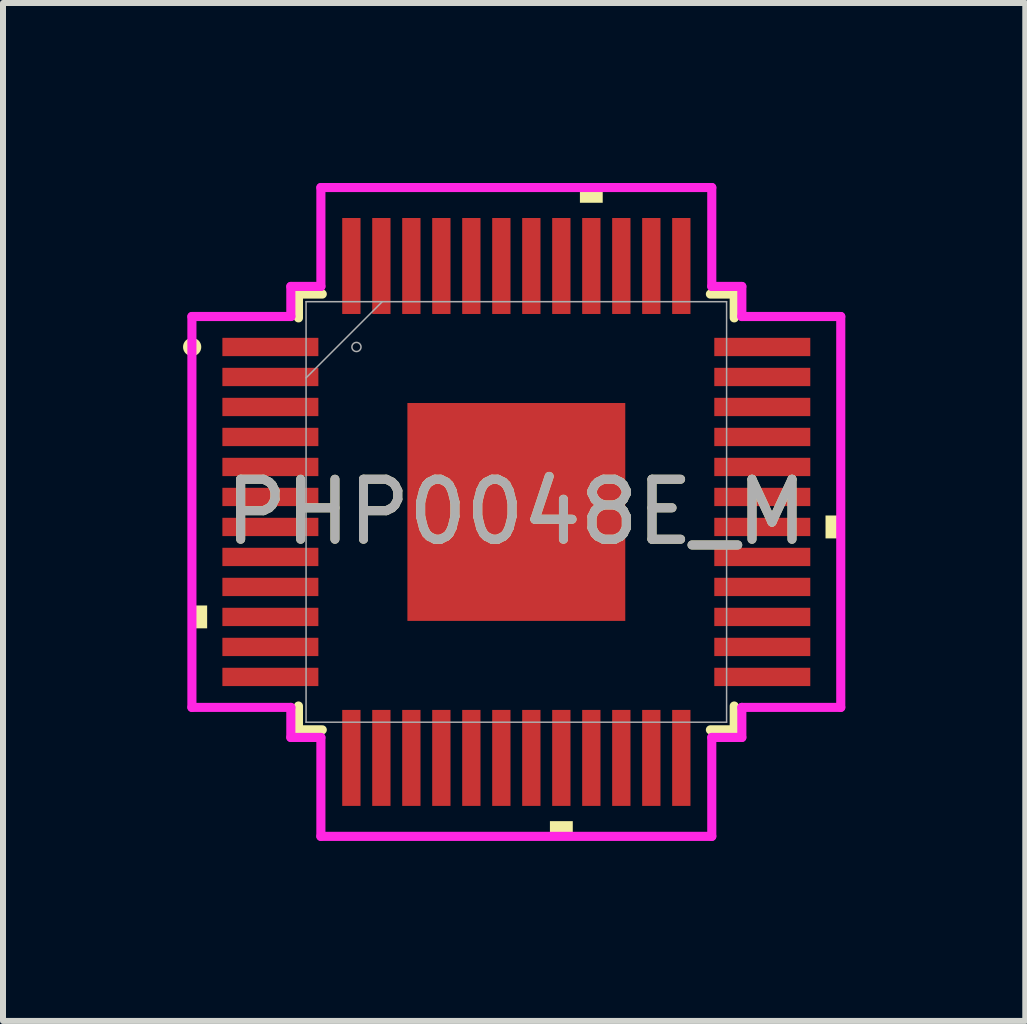
<source format=kicad_pcb>
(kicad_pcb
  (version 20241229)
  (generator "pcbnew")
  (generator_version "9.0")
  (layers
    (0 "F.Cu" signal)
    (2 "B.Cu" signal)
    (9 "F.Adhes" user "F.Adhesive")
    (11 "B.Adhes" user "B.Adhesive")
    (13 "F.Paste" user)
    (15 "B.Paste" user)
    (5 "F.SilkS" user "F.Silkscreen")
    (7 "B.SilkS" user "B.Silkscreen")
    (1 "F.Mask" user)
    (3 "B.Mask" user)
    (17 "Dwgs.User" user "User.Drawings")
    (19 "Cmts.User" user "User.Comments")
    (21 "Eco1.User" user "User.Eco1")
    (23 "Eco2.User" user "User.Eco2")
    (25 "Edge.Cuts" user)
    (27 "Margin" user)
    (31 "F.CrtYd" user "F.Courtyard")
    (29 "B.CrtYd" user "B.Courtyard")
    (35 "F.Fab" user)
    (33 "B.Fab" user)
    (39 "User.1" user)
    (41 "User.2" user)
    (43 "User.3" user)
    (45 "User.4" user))
  (footprint "PHP0048E_M"
    (layer "F.Cu")
    (at 5.557 5.484)
    (property "Reference" "PHP0048E_M" (at 0 0 0) (unlocked yes) (layer "F.SilkS") (effects (font (size 1 1) (thickness 0.15))))
    (attr smd)
    (fp_poly (pts (xy -1.88 -1.88) (xy -1.381 -1.88) (xy -1.381 1.88) (xy -1.88 1.88)) (stroke (width 0) (type solid)) (fill yes) (layer "F.Mask"))
    (fp_poly (pts (xy -1.88 -1.88) (xy 1.88 -1.88) (xy 1.88 -1.381) (xy -1.88 -1.381)) (stroke (width 0) (type solid)) (fill yes) (layer "F.Mask"))
    (fp_poly (pts (xy -1.88 -0.981) (xy 1.88 -0.981) (xy 1.88 -0.594) (xy -1.88 -0.594)) (stroke (width 0) (type solid)) (fill yes) (layer "F.Mask"))
    (fp_poly (pts (xy -1.88 -0.194) (xy 1.88 -0.194) (xy 1.88 0.194) (xy -1.88 0.194)) (stroke (width 0) (type solid)) (fill yes) (layer "F.Mask"))
    (fp_poly (pts (xy -1.88 0.594) (xy 1.88 0.594) (xy 1.88 0.981) (xy -1.88 0.981)) (stroke (width 0) (type solid)) (fill yes) (layer "F.Mask"))
    (fp_poly (pts (xy -1.88 1.381) (xy 1.88 1.381) (xy 1.88 1.88) (xy -1.88 1.88)) (stroke (width 0) (type solid)) (fill yes) (layer "F.Mask"))
    (fp_poly (pts (xy -0.594 -1.88) (xy -0.981 -1.88) (xy -0.981 1.88) (xy -0.594 1.88)) (stroke (width 0) (type solid)) (fill yes) (layer "F.Mask"))
    (fp_poly (pts (xy 0.194 -1.88) (xy -0.194 -1.88) (xy -0.194 1.88) (xy 0.194 1.88)) (stroke (width 0) (type solid)) (fill yes) (layer "F.Mask"))
    (fp_poly (pts (xy 0.981 -1.88) (xy 0.594 -1.88) (xy 0.594 1.88) (xy 0.981 1.88)) (stroke (width 0) (type solid)) (fill yes) (layer "F.Mask"))
    (fp_poly (pts (xy 1.381 -1.88) (xy 1.88 -1.88) (xy 1.88 1.88) (xy 1.381 1.88)) (stroke (width 0) (type solid)) (fill yes) (layer "F.Mask"))
    (fp_line (start -3.632 -3.632) (end -3.632 -3.235) (stroke (width 0.152) (type solid)) (layer "F.SilkS"))
    (fp_line (start -3.632 3.235) (end -3.632 3.632) (stroke (width 0.152) (type solid)) (layer "F.SilkS"))
    (fp_line (start -3.632 3.632) (end -3.235 3.632) (stroke (width 0.152) (type solid)) (layer "F.SilkS"))
    (fp_line (start -3.235 -3.632) (end -3.632 -3.632) (stroke (width 0.152) (type solid)) (layer "F.SilkS"))
    (fp_line (start 3.235 3.632) (end 3.632 3.632) (stroke (width 0.152) (type solid)) (layer "F.SilkS"))
    (fp_line (start 3.632 -3.632) (end 3.235 -3.632) (stroke (width 0.152) (type solid)) (layer "F.SilkS"))
    (fp_line (start 3.632 -3.235) (end 3.632 -3.632) (stroke (width 0.152) (type solid)) (layer "F.SilkS"))
    (fp_line (start 3.632 3.632) (end 3.632 3.235) (stroke (width 0.152) (type solid)) (layer "F.SilkS"))
    (fp_circle (center -5.404 -2.75) (end -5.328 -2.75) (stroke (width 0.152) (type solid)) (fill no) (layer "F.SilkS"))
    (fp_poly (pts (xy -5.408 1.559) (xy -5.408 1.94) (xy -5.154 1.94) (xy -5.154 1.559)) (stroke (width 0) (type solid)) (fill yes) (layer "F.SilkS"))
    (fp_poly (pts (xy 0.56 5.154) (xy 0.56 5.408) (xy 0.941 5.408) (xy 0.941 5.154)) (stroke (width 0) (type solid)) (fill yes) (layer "F.SilkS"))
    (fp_poly (pts (xy 1.06 -5.154) (xy 1.06 -5.408) (xy 1.44 -5.408) (xy 1.44 -5.154)) (stroke (width 0) (type solid)) (fill yes) (layer "F.SilkS"))
    (fp_poly (pts (xy 5.408 0.059) (xy 5.408 0.441) (xy 5.154 0.441) (xy 5.154 0.059)) (stroke (width 0) (type solid)) (fill yes) (layer "F.SilkS"))
    (fp_poly (pts (xy -1.741 -1.741) (xy -1.741 -1.281) (xy -1.423 -1.281) (xy -1.281 -1.423) (xy -1.281 -1.741)) (stroke (width 0) (type solid)) (fill yes) (layer "F.Paste"))
    (fp_poly (pts (xy -1.741 1.281) (xy -1.741 1.741) (xy -1.281 1.741) (xy -1.281 1.423) (xy -1.423 1.281)) (stroke (width 0) (type solid)) (fill yes) (layer "F.Paste"))
    (fp_poly (pts (xy 1.281 -1.741) (xy 1.281 -1.423) (xy 1.423 -1.281) (xy 1.741 -1.281) (xy 1.741 -1.741)) (stroke (width 0) (type solid)) (fill yes) (layer "F.Paste"))
    (fp_poly (pts (xy 1.423 1.281) (xy 1.281 1.423) (xy 1.281 1.741) (xy 1.741 1.741) (xy 1.741 1.281)) (stroke (width 0) (type solid)) (fill yes) (layer "F.Paste"))
    (fp_poly (pts (xy -1.741 -1.081) (xy -1.741 -0.494) (xy -1.423 -0.494) (xy -1.281 -0.635) (xy -1.281 -0.94) (xy -1.423 -1.081)) (stroke (width 0) (type solid)) (fill yes) (layer "F.Paste"))
    (fp_poly (pts (xy -1.741 -0.294) (xy -1.741 0.294) (xy -1.423 0.294) (xy -1.281 0.152) (xy -1.281 -0.152) (xy -1.423 -0.294)) (stroke (width 0) (type solid)) (fill yes) (layer "F.Paste"))
    (fp_poly (pts (xy -1.741 0.494) (xy -1.741 1.081) (xy -1.423 1.081) (xy -1.281 0.94) (xy -1.281 0.635) (xy -1.423 0.494)) (stroke (width 0) (type solid)) (fill yes) (layer "F.Paste"))
    (fp_poly (pts (xy -1.081 -1.741) (xy -1.081 -1.423) (xy -0.94 -1.281) (xy -0.635 -1.281) (xy -0.494 -1.423) (xy -0.494 -1.741)) (stroke (width 0) (type solid)) (fill yes) (layer "F.Paste"))
    (fp_poly (pts (xy -0.94 1.281) (xy -1.081 1.423) (xy -1.081 1.741) (xy -0.494 1.741) (xy -0.494 1.423) (xy -0.635 1.281)) (stroke (width 0) (type solid)) (fill yes) (layer "F.Paste"))
    (fp_poly (pts (xy -0.294 -1.741) (xy -0.294 -1.423) (xy -0.152 -1.281) (xy 0.152 -1.281) (xy 0.294 -1.423) (xy 0.294 -1.741)) (stroke (width 0) (type solid)) (fill yes) (layer "F.Paste"))
    (fp_poly (pts (xy -0.152 1.281) (xy -0.294 1.423) (xy -0.294 1.741) (xy 0.294 1.741) (xy 0.294 1.423) (xy 0.152 1.281)) (stroke (width 0) (type solid)) (fill yes) (layer "F.Paste"))
    (fp_poly (pts (xy 0.494 -1.741) (xy 0.494 -1.423) (xy 0.635 -1.281) (xy 0.94 -1.281) (xy 1.081 -1.423) (xy 1.081 -1.741)) (stroke (width 0) (type solid)) (fill yes) (layer "F.Paste"))
    (fp_poly (pts (xy 0.635 1.281) (xy 0.494 1.423) (xy 0.494 1.741) (xy 1.081 1.741) (xy 1.081 1.423) (xy 0.94 1.281)) (stroke (width 0) (type solid)) (fill yes) (layer "F.Paste"))
    (fp_poly (pts (xy 1.423 -1.081) (xy 1.281 -0.94) (xy 1.281 -0.635) (xy 1.423 -0.494) (xy 1.741 -0.494) (xy 1.741 -1.081)) (stroke (width 0) (type solid)) (fill yes) (layer "F.Paste"))
    (fp_poly (pts (xy 1.423 -0.294) (xy 1.281 -0.152) (xy 1.281 0.152) (xy 1.423 0.294) (xy 1.741 0.294) (xy 1.741 -0.294)) (stroke (width 0) (type solid)) (fill yes) (layer "F.Paste"))
    (fp_poly (pts (xy 1.423 0.494) (xy 1.281 0.635) (xy 1.281 0.94) (xy 1.423 1.081) (xy 1.741 1.081) (xy 1.741 0.494)) (stroke (width 0) (type solid)) (fill yes) (layer "F.Paste"))
    (fp_poly (pts (xy -0.94 -1.081) (xy -1.081 -0.94) (xy -1.081 -0.635) (xy -0.94 -0.494) (xy -0.635 -0.494) (xy -0.494 -0.635) (xy -0.494 -0.94) (xy -0.635 -1.081)) (stroke (width 0) (type solid)) (fill yes) (layer "F.Paste"))
    (fp_poly (pts (xy -0.94 -0.294) (xy -1.081 -0.152) (xy -1.081 0.152) (xy -0.94 0.294) (xy -0.635 0.294) (xy -0.494 0.152) (xy -0.494 -0.152) (xy -0.635 -0.294)) (stroke (width 0) (type solid)) (fill yes) (layer "F.Paste"))
    (fp_poly (pts (xy -0.94 0.494) (xy -1.081 0.635) (xy -1.081 0.94) (xy -0.94 1.081) (xy -0.635 1.081) (xy -0.494 0.94) (xy -0.494 0.635) (xy -0.635 0.494)) (stroke (width 0) (type solid)) (fill yes) (layer "F.Paste"))
    (fp_poly (pts (xy -0.152 -1.081) (xy -0.294 -0.94) (xy -0.294 -0.635) (xy -0.152 -0.494) (xy 0.152 -0.494) (xy 0.294 -0.635) (xy 0.294 -0.94) (xy 0.152 -1.081)) (stroke (width 0) (type solid)) (fill yes) (layer "F.Paste"))
    (fp_poly (pts (xy -0.152 -0.294) (xy -0.294 -0.152) (xy -0.294 0.152) (xy -0.152 0.294) (xy 0.152 0.294) (xy 0.294 0.152) (xy 0.294 -0.152) (xy 0.152 -0.294)) (stroke (width 0) (type solid)) (fill yes) (layer "F.Paste"))
    (fp_poly (pts (xy -0.152 0.494) (xy -0.294 0.635) (xy -0.294 0.94) (xy -0.152 1.081) (xy 0.152 1.081) (xy 0.294 0.94) (xy 0.294 0.635) (xy 0.152 0.494)) (stroke (width 0) (type solid)) (fill yes) (layer "F.Paste"))
    (fp_poly (pts (xy 0.635 -1.081) (xy 0.494 -0.94) (xy 0.494 -0.635) (xy 0.635 -0.494) (xy 0.94 -0.494) (xy 1.081 -0.635) (xy 1.081 -0.94) (xy 0.94 -1.081)) (stroke (width 0) (type solid)) (fill yes) (layer "F.Paste"))
    (fp_poly (pts (xy 0.635 -0.294) (xy 0.494 -0.152) (xy 0.494 0.152) (xy 0.635 0.294) (xy 0.94 0.294) (xy 1.081 0.152) (xy 1.081 -0.152) (xy 0.94 -0.294)) (stroke (width 0) (type solid)) (fill yes) (layer "F.Paste"))
    (fp_poly (pts (xy 0.635 0.494) (xy 0.494 0.635) (xy 0.494 0.94) (xy 0.635 1.081) (xy 0.94 1.081) (xy 1.081 0.94) (xy 1.081 0.635) (xy 0.94 0.494)) (stroke (width 0) (type solid)) (fill yes) (layer "F.Paste"))
    (fp_circle (center -1 -1.001) (end -0.835 -1.001) (stroke (width 0.025) (type solid)) (fill no) (layer "Eco1.User"))
    (fp_circle (center -1 0) (end -0.835 0) (stroke (width 0.025) (type solid)) (fill no) (layer "Eco1.User"))
    (fp_circle (center -1 1) (end -0.835 1) (stroke (width 0.025) (type solid)) (fill no) (layer "Eco1.User"))
    (fp_circle (center 0 -1.001) (end 0.165 -1.001) (stroke (width 0.025) (type solid)) (fill no) (layer "Eco1.User"))
    (fp_circle (center 0 0) (end 0.165 0) (stroke (width 0.025) (type solid)) (fill no) (layer "Eco1.User"))
    (fp_circle (center 0 1) (end 0.165 1) (stroke (width 0.025) (type solid)) (fill no) (layer "Eco1.User"))
    (fp_circle (center 1.001 -1.001) (end 1.166 -1.001) (stroke (width 0.025) (type solid)) (fill no) (layer "Eco1.User"))
    (fp_circle (center 1.001 0) (end 1.166 0) (stroke (width 0.025) (type solid)) (fill no) (layer "Eco1.User"))
    (fp_circle (center 1.001 1) (end 1.166 1) (stroke (width 0.025) (type solid)) (fill no) (layer "Eco1.User"))
    (fp_line (start -5.408 -3.258) (end -3.759 -3.258) (stroke (width 0.152) (type solid)) (layer "F.CrtYd"))
    (fp_line (start -5.408 3.258) (end -5.408 -3.258) (stroke (width 0.152) (type solid)) (layer "F.CrtYd"))
    (fp_line (start -3.759 -3.759) (end -3.258 -3.759) (stroke (width 0.152) (type solid)) (layer "F.CrtYd"))
    (fp_line (start -3.759 -3.258) (end -3.759 -3.759) (stroke (width 0.152) (type solid)) (layer "F.CrtYd"))
    (fp_line (start -3.759 3.258) (end -5.408 3.258) (stroke (width 0.152) (type solid)) (layer "F.CrtYd"))
    (fp_line (start -3.759 3.759) (end -3.759 3.258) (stroke (width 0.152) (type solid)) (layer "F.CrtYd"))
    (fp_line (start -3.258 -5.408) (end 3.258 -5.408) (stroke (width 0.152) (type solid)) (layer "F.CrtYd"))
    (fp_line (start -3.258 -3.759) (end -3.258 -5.408) (stroke (width 0.152) (type solid)) (layer "F.CrtYd"))
    (fp_line (start -3.258 3.759) (end -3.759 3.759) (stroke (width 0.152) (type solid)) (layer "F.CrtYd"))
    (fp_line (start -3.258 5.408) (end -3.258 3.759) (stroke (width 0.152) (type solid)) (layer "F.CrtYd"))
    (fp_line (start 3.258 -5.408) (end 3.258 -3.759) (stroke (width 0.152) (type solid)) (layer "F.CrtYd"))
    (fp_line (start 3.258 -3.759) (end 3.759 -3.759) (stroke (width 0.152) (type solid)) (layer "F.CrtYd"))
    (fp_line (start 3.258 3.759) (end 3.258 5.408) (stroke (width 0.152) (type solid)) (layer "F.CrtYd"))
    (fp_line (start 3.258 5.408) (end -3.258 5.408) (stroke (width 0.152) (type solid)) (layer "F.CrtYd"))
    (fp_line (start 3.759 -3.759) (end 3.759 -3.258) (stroke (width 0.152) (type solid)) (layer "F.CrtYd"))
    (fp_line (start 3.759 -3.258) (end 5.408 -3.258) (stroke (width 0.152) (type solid)) (layer "F.CrtYd"))
    (fp_line (start 3.759 3.258) (end 3.759 3.759) (stroke (width 0.152) (type solid)) (layer "F.CrtYd"))
    (fp_line (start 3.759 3.759) (end 3.258 3.759) (stroke (width 0.152) (type solid)) (layer "F.CrtYd"))
    (fp_line (start 5.408 -3.258) (end 5.408 3.258) (stroke (width 0.152) (type solid)) (layer "F.CrtYd"))
    (fp_line (start 5.408 3.258) (end 3.759 3.258) (stroke (width 0.152) (type solid)) (layer "F.CrtYd"))
    (fp_line (start -3.505 -3.505) (end -3.505 3.505) (stroke (width 0.025) (type solid)) (layer "F.Fab"))
    (fp_line (start -3.505 -2.235) (end -2.235 -3.505) (stroke (width 0.025) (type solid)) (layer "F.Fab"))
    (fp_line (start -3.505 3.505) (end 3.505 3.505) (stroke (width 0.025) (type solid)) (layer "F.Fab"))
    (fp_line (start 3.505 -3.505) (end -3.505 -3.505) (stroke (width 0.025) (type solid)) (layer "F.Fab"))
    (fp_line (start 3.505 3.505) (end 3.505 -3.505) (stroke (width 0.025) (type solid)) (layer "F.Fab"))
    (fp_circle (center -2.665 -2.75) (end -2.589 -2.75) (stroke (width 0.025) (type solid)) (fill no) (layer "F.Fab"))
    (fp_text user "${REFERENCE}" (at 0 0 0) (unlocked yes) (layer "F.Fab") (effects (font (size 1 1) (thickness 0.15))))
    (pad "1" smd rect (at -4.1 -2.75) (size 1.6 0.305) (layers "F.Cu" "F.Mask" "F.Paste"))
    (pad "2" smd rect (at -4.1 -2.25) (size 1.6 0.305) (layers "F.Cu" "F.Mask" "F.Paste"))
    (pad "3" smd rect (at -4.1 -1.75) (size 1.6 0.305) (layers "F.Cu" "F.Mask" "F.Paste"))
    (pad "4" smd rect (at -4.1 -1.25) (size 1.6 0.305) (layers "F.Cu" "F.Mask" "F.Paste"))
    (pad "5" smd rect (at -4.1 -0.75) (size 1.6 0.305) (layers "F.Cu" "F.Mask" "F.Paste"))
    (pad "6" smd rect (at -4.1 -0.25) (size 1.6 0.305) (layers "F.Cu" "F.Mask" "F.Paste"))
    (pad "7" smd rect (at -4.1 0.25) (size 1.6 0.305) (layers "F.Cu" "F.Mask" "F.Paste"))
    (pad "8" smd rect (at -4.1 0.75) (size 1.6 0.305) (layers "F.Cu" "F.Mask" "F.Paste"))
    (pad "9" smd rect (at -4.1 1.25) (size 1.6 0.305) (layers "F.Cu" "F.Mask" "F.Paste"))
    (pad "10" smd rect (at -4.1 1.75) (size 1.6 0.305) (layers "F.Cu" "F.Mask" "F.Paste"))
    (pad "11" smd rect (at -4.1 2.25) (size 1.6 0.305) (layers "F.Cu" "F.Mask" "F.Paste"))
    (pad "12" smd rect (at -4.1 2.75) (size 1.6 0.305) (layers "F.Cu" "F.Mask" "F.Paste"))
    (pad "13" smd rect (at -2.75 4.1 90) (size 1.6 0.305) (layers "F.Cu" "F.Mask" "F.Paste"))
    (pad "14" smd rect (at -2.25 4.1 90) (size 1.6 0.305) (layers "F.Cu" "F.Mask" "F.Paste"))
    (pad "15" smd rect (at -1.75 4.1 90) (size 1.6 0.305) (layers "F.Cu" "F.Mask" "F.Paste"))
    (pad "16" smd rect (at -1.25 4.1 90) (size 1.6 0.305) (layers "F.Cu" "F.Mask" "F.Paste"))
    (pad "17" smd rect (at -0.75 4.1 90) (size 1.6 0.305) (layers "F.Cu" "F.Mask" "F.Paste"))
    (pad "18" smd rect (at -0.25 4.1 90) (size 1.6 0.305) (layers "F.Cu" "F.Mask" "F.Paste"))
    (pad "19" smd rect (at 0.25 4.1 90) (size 1.6 0.305) (layers "F.Cu" "F.Mask" "F.Paste"))
    (pad "20" smd rect (at 0.75 4.1 90) (size 1.6 0.305) (layers "F.Cu" "F.Mask" "F.Paste"))
    (pad "21" smd rect (at 1.25 4.1 90) (size 1.6 0.305) (layers "F.Cu" "F.Mask" "F.Paste"))
    (pad "22" smd rect (at 1.75 4.1 90) (size 1.6 0.305) (layers "F.Cu" "F.Mask" "F.Paste"))
    (pad "23" smd rect (at 2.25 4.1 90) (size 1.6 0.305) (layers "F.Cu" "F.Mask" "F.Paste"))
    (pad "24" smd rect (at 2.75 4.1 90) (size 1.6 0.305) (layers "F.Cu" "F.Mask" "F.Paste"))
    (pad "25" smd rect (at 4.1 2.75) (size 1.6 0.305) (layers "F.Cu" "F.Mask" "F.Paste"))
    (pad "26" smd rect (at 4.1 2.25) (size 1.6 0.305) (layers "F.Cu" "F.Mask" "F.Paste"))
    (pad "27" smd rect (at 4.1 1.75) (size 1.6 0.305) (layers "F.Cu" "F.Mask" "F.Paste"))
    (pad "28" smd rect (at 4.1 1.25) (size 1.6 0.305) (layers "F.Cu" "F.Mask" "F.Paste"))
    (pad "29" smd rect (at 4.1 0.75) (size 1.6 0.305) (layers "F.Cu" "F.Mask" "F.Paste"))
    (pad "30" smd rect (at 4.1 0.25) (size 1.6 0.305) (layers "F.Cu" "F.Mask" "F.Paste"))
    (pad "31" smd rect (at 4.1 -0.25) (size 1.6 0.305) (layers "F.Cu" "F.Mask" "F.Paste"))
    (pad "32" smd rect (at 4.1 -0.75) (size 1.6 0.305) (layers "F.Cu" "F.Mask" "F.Paste"))
    (pad "33" smd rect (at 4.1 -1.25) (size 1.6 0.305) (layers "F.Cu" "F.Mask" "F.Paste"))
    (pad "34" smd rect (at 4.1 -1.75) (size 1.6 0.305) (layers "F.Cu" "F.Mask" "F.Paste"))
    (pad "35" smd rect (at 4.1 -2.25) (size 1.6 0.305) (layers "F.Cu" "F.Mask" "F.Paste"))
    (pad "36" smd rect (at 4.1 -2.75) (size 1.6 0.305) (layers "F.Cu" "F.Mask" "F.Paste"))
    (pad "37" smd rect (at 2.75 -4.1 90) (size 1.6 0.305) (layers "F.Cu" "F.Mask" "F.Paste"))
    (pad "38" smd rect (at 2.25 -4.1 90) (size 1.6 0.305) (layers "F.Cu" "F.Mask" "F.Paste"))
    (pad "39" smd rect (at 1.75 -4.1 90) (size 1.6 0.305) (layers "F.Cu" "F.Mask" "F.Paste"))
    (pad "40" smd rect (at 1.25 -4.1 90) (size 1.6 0.305) (layers "F.Cu" "F.Mask" "F.Paste"))
    (pad "41" smd rect (at 0.75 -4.1 90) (size 1.6 0.305) (layers "F.Cu" "F.Mask" "F.Paste"))
    (pad "42" smd rect (at 0.25 -4.1 90) (size 1.6 0.305) (layers "F.Cu" "F.Mask" "F.Paste"))
    (pad "43" smd rect (at -0.25 -4.1 90) (size 1.6 0.305) (layers "F.Cu" "F.Mask" "F.Paste"))
    (pad "44" smd rect (at -0.75 -4.1 90) (size 1.6 0.305) (layers "F.Cu" "F.Mask" "F.Paste"))
    (pad "45" smd rect (at -1.25 -4.1 90) (size 1.6 0.305) (layers "F.Cu" "F.Mask" "F.Paste"))
    (pad "46" smd rect (at -1.75 -4.1 90) (size 1.6 0.305) (layers "F.Cu" "F.Mask" "F.Paste"))
    (pad "47" smd rect (at -2.25 -4.1 90) (size 1.6 0.305) (layers "F.Cu" "F.Mask" "F.Paste"))
    (pad "48" smd rect (at -2.75 -4.1 90) (size 1.6 0.305) (layers "F.Cu" "F.Mask" "F.Paste"))
    (pad "49" smd rect (at 0 0) (size 3.632 3.632) (layers "F.Cu")))
  (gr_rect
    (start -3 -3)
    (end 14.041 13.969)
    (stroke (width 0.1) (type default))
    (fill no)
    (layer "Edge.Cuts")))
</source>
